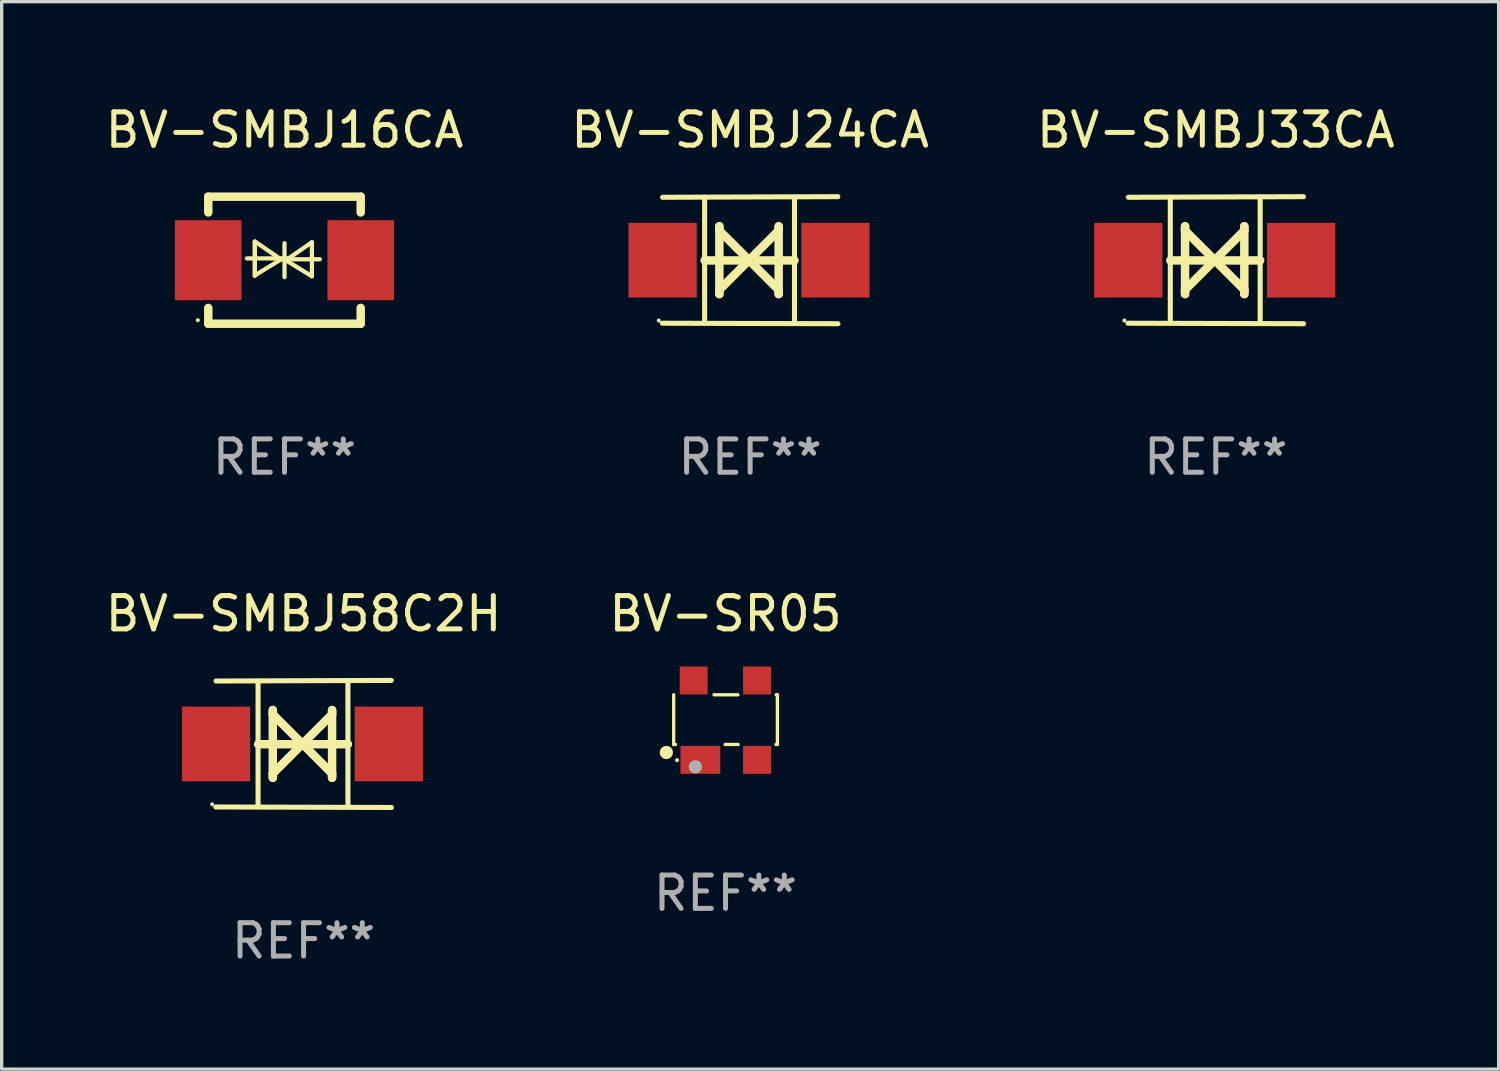
<source format=kicad_pcb>
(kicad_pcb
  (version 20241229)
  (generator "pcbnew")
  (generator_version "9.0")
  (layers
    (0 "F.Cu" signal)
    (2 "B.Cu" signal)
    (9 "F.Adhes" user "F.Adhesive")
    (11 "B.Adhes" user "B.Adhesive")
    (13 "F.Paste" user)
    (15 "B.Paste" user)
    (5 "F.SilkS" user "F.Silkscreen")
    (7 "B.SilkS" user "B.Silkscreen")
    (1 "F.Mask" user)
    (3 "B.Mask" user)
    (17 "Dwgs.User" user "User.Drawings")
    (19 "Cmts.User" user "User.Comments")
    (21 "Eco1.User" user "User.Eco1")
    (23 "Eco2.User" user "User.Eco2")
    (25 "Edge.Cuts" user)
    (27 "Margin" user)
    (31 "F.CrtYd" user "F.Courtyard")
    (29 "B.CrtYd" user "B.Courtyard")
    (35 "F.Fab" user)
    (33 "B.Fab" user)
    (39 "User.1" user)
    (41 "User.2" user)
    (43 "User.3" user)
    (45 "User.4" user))
  (footprint "BV-SR05"
    (layer "F.Cu")
    (at 18.708 18.546)
    (property "Reference" "BV-SR05" (at 0 -3.191 0) (layer "F.SilkS") (effects (font (size 1 1) (thickness 0.15))))
    (attr through_hole)
    (fp_line (start -1.555 0.73) (end -1.555 -0.76) (stroke (width 0.1) (type solid)) (layer "F.SilkS"))
    (fp_line (start -1.5 0.73) (end -1.555 0.73) (stroke (width 0.1) (type solid)) (layer "F.SilkS"))
    (fp_line (start -0.345 -0.76) (end 0.372 -0.76) (stroke (width 0.1) (type solid)) (layer "F.SilkS"))
    (fp_line (start 0.378 0.73) (end -0.01 0.73) (stroke (width 0.1) (type solid)) (layer "F.SilkS"))
    (fp_line (start 1.518 -0.76) (end 1.555 -0.76) (stroke (width 0.1) (type solid)) (layer "F.SilkS"))
    (fp_line (start 1.555 -0.76) (end 1.555 0.73) (stroke (width 0.1) (type solid)) (layer "F.SilkS"))
    (fp_line (start 1.555 0.73) (end 1.512 0.73) (stroke (width 0.1) (type solid)) (layer "F.SilkS"))
    (fp_circle (center -1.775 0.97) (end -1.675 0.97) (stroke (width 0.2) (type solid)) (fill no) (layer "F.SilkS"))
    (fp_circle (center -1.455 1.2) (end -1.425 1.2) (stroke (width 0.06) (type solid)) (fill no) (layer "F.SilkS"))
    (fp_circle (center -0.905 1.4) (end -0.805 1.4) (stroke (width 0.2) (type solid)) (fill no) (layer "F.Fab"))
    (fp_text user "REF**" (at 0 5.191 0) (layer "F.Fab") (effects (font (size 1 1) (thickness 0.15))))
    (pad "1" smd rect (at -0.755 1.191) (size 1.194 0.838) (layers "F.Cu" "F.Mask" "F.Paste"))
    (pad "2" smd rect (at 0.945 1.191) (size 0.838 0.838) (layers "F.Cu" "F.Mask" "F.Paste"))
    (pad "3" smd rect (at 0.945 -1.191) (size 0.838 0.838) (layers "F.Cu" "F.Mask" "F.Paste"))
    (pad "4" smd rect (at -0.955 -1.191) (size 0.838 0.838) (layers "F.Cu" "F.Mask" "F.Paste")))
  (footprint "BV-SMBJ24CA"
    (layer "F.Cu")
    (at 19.446 4.753)
    (property "Reference" "BV-SMBJ24CA" (at 0 -3.905 0) (layer "F.SilkS") (effects (font (size 1 1) (thickness 0.15))))
    (attr through_hole)
    (fp_line (start -1.365 1.886) (end -1.365 -1.886) (stroke (width 0.152) (type solid)) (layer "F.SilkS"))
    (fp_line (start -1.365 0.008) (end 1.33 0.008) (stroke (width 0.254) (type solid)) (layer "F.SilkS"))
    (fp_line (start -0.923 -1.016) (end -0.923 1.016) (stroke (width 0.254) (type solid)) (layer "F.SilkS"))
    (fp_line (start -0.923 -0.889) (end -0.923 -1.016) (stroke (width 0.254) (type solid)) (layer "F.SilkS"))
    (fp_line (start -0.923 0.889) (end -0.034 0) (stroke (width 0.254) (type solid)) (layer "F.SilkS"))
    (fp_line (start -0.923 1.016) (end -0.923 0.889) (stroke (width 0.254) (type solid)) (layer "F.SilkS"))
    (fp_line (start -0.034 0) (end -0.923 -0.889) (stroke (width 0.254) (type solid)) (layer "F.SilkS"))
    (fp_line (start -0.034 0) (end 0.855 0.889) (stroke (width 0.254) (type solid)) (layer "F.SilkS"))
    (fp_line (start 0.855 -1.016) (end 0.855 -0.889) (stroke (width 0.254) (type solid)) (layer "F.SilkS"))
    (fp_line (start 0.855 -0.889) (end -0.034 0) (stroke (width 0.254) (type solid)) (layer "F.SilkS"))
    (fp_line (start 0.855 0.889) (end 0.855 1.016) (stroke (width 0.254) (type solid)) (layer "F.SilkS"))
    (fp_line (start 0.855 1.016) (end 0.855 -1.016) (stroke (width 0.254) (type solid)) (layer "F.SilkS"))
    (fp_line (start 1.33 1.886) (end 1.33 -1.886) (stroke (width 0.152) (type solid)) (layer "F.SilkS"))
    (fp_line (start 2.629 -1.905) (end -2.625 -1.887) (stroke (width 0.152) (type solid)) (layer "F.SilkS"))
    (fp_line (start 2.633 1.905) (end -2.633 1.89) (stroke (width 0.152) (type solid)) (layer "F.SilkS"))
    (fp_circle (center -2.741 1.81) (end -2.711 1.81) (stroke (width 0.06) (type solid)) (fill no) (layer "F.SilkS"))
    (fp_text user "REF**" (at 0 5.905 0) (layer "F.Fab") (effects (font (size 1 1) (thickness 0.15))))
    (pad "1" smd rect (at -2.625 0) (size 2.047 2.241) (layers "F.Cu" "F.Mask" "F.Paste"))
    (pad "2" smd rect (at 2.557 0) (size 2.047 2.241) (layers "F.Cu" "F.Mask" "F.Paste")))
  (footprint "BV-SMBJ58C2H"
    (layer "F.Cu")
    (at 6.054 19.26)
    (property "Reference" "BV-SMBJ58C2H" (at 0 -3.905 0) (layer "F.SilkS") (effects (font (size 1 1) (thickness 0.15))))
    (attr through_hole)
    (fp_line (start -1.365 1.886) (end -1.365 -1.886) (stroke (width 0.152) (type solid)) (layer "F.SilkS"))
    (fp_line (start -1.365 0.008) (end 1.33 0.008) (stroke (width 0.254) (type solid)) (layer "F.SilkS"))
    (fp_line (start -0.923 -1.016) (end -0.923 1.016) (stroke (width 0.254) (type solid)) (layer "F.SilkS"))
    (fp_line (start -0.923 -0.889) (end -0.923 -1.016) (stroke (width 0.254) (type solid)) (layer "F.SilkS"))
    (fp_line (start -0.923 0.889) (end -0.034 0) (stroke (width 0.254) (type solid)) (layer "F.SilkS"))
    (fp_line (start -0.923 1.016) (end -0.923 0.889) (stroke (width 0.254) (type solid)) (layer "F.SilkS"))
    (fp_line (start -0.034 0) (end -0.923 -0.889) (stroke (width 0.254) (type solid)) (layer "F.SilkS"))
    (fp_line (start -0.034 0) (end 0.855 0.889) (stroke (width 0.254) (type solid)) (layer "F.SilkS"))
    (fp_line (start 0.855 -1.016) (end 0.855 -0.889) (stroke (width 0.254) (type solid)) (layer "F.SilkS"))
    (fp_line (start 0.855 -0.889) (end -0.034 0) (stroke (width 0.254) (type solid)) (layer "F.SilkS"))
    (fp_line (start 0.855 0.889) (end 0.855 1.016) (stroke (width 0.254) (type solid)) (layer "F.SilkS"))
    (fp_line (start 0.855 1.016) (end 0.855 -1.016) (stroke (width 0.254) (type solid)) (layer "F.SilkS"))
    (fp_line (start 1.33 1.886) (end 1.33 -1.886) (stroke (width 0.152) (type solid)) (layer "F.SilkS"))
    (fp_line (start 2.629 -1.905) (end -2.625 -1.887) (stroke (width 0.152) (type solid)) (layer "F.SilkS"))
    (fp_line (start 2.633 1.905) (end -2.633 1.89) (stroke (width 0.152) (type solid)) (layer "F.SilkS"))
    (fp_circle (center -2.741 1.81) (end -2.711 1.81) (stroke (width 0.06) (type solid)) (fill no) (layer "F.SilkS"))
    (fp_text user "REF**" (at 0 5.905 0) (layer "F.Fab") (effects (font (size 1 1) (thickness 0.15))))
    (pad "1" smd rect (at -2.625 0) (size 2.047 2.241) (layers "F.Cu" "F.Mask" "F.Paste"))
    (pad "2" smd rect (at 2.557 0) (size 2.047 2.241) (layers "F.Cu" "F.Mask" "F.Paste")))
  (footprint "BV-SMBJ16CA"
    (layer "F.Cu")
    (at 5.482 4.753)
    (property "Reference" "BV-SMBJ16CA" (at 0 -3.905 0) (layer "F.SilkS") (effects (font (size 1 1) (thickness 0.15))))
    (attr through_hole)
    (fp_line (start -2.287 -1.905) (end 2.285 -1.905) (stroke (width 0.254) (type solid)) (layer "F.SilkS"))
    (fp_line (start -2.286 -1.905) (end -2.286 -1.431) (stroke (width 0.254) (type solid)) (layer "F.SilkS"))
    (fp_line (start -2.286 1.431) (end -2.286 1.905) (stroke (width 0.254) (type solid)) (layer "F.SilkS"))
    (fp_line (start -0.89 -0.564) (end -0.107 -0.024) (stroke (width 0.127) (type solid)) (layer "F.SilkS"))
    (fp_line (start -0.89 0.466) (end -0.89 -0.55) (stroke (width 0.127) (type solid)) (layer "F.SilkS"))
    (fp_line (start -0.89 0.466) (end -0.89 -0.55) (stroke (width 0.127) (type solid)) (layer "F.SilkS"))
    (fp_line (start -0.159 -0.028) (end 1.06 -0.028) (stroke (width 0.127) (type solid)) (layer "F.SilkS"))
    (fp_line (start -0.107 -0.024) (end -0.89 0.456) (stroke (width 0.127) (type solid)) (layer "F.SilkS"))
    (fp_line (start -0.000025 -0.508) (end -0.000025 0.508) (stroke (width 0.127) (type solid)) (layer "F.SilkS"))
    (fp_line (start 0.039 0.002) (end 0.822 0.482) (stroke (width 0.127) (type solid)) (layer "F.SilkS"))
    (fp_line (start 0.091 -0.054) (end -1.128 -0.054) (stroke (width 0.127) (type solid)) (layer "F.SilkS"))
    (fp_line (start 0.822 -0.538) (end 0.039 0.002) (stroke (width 0.127) (type solid)) (layer "F.SilkS"))
    (fp_line (start 0.822 -0.538) (end 0.822 0.482) (stroke (width 0.127) (type solid)) (layer "F.SilkS"))
    (fp_line (start 2.285 -1.905) (end 2.285 -1.431) (stroke (width 0.254) (type solid)) (layer "F.SilkS"))
    (fp_line (start 2.285 1.43) (end 2.285 1.905) (stroke (width 0.254) (type solid)) (layer "F.SilkS"))
    (fp_line (start 2.285 1.905) (end -2.286 1.905) (stroke (width 0.254) (type solid)) (layer "F.SilkS"))
    (fp_circle (center -2.6 1.8) (end -2.57 1.8) (stroke (width 0.06) (type solid)) (fill no) (layer "F.SilkS"))
    (fp_text user "REF**" (at 0 5.905 0) (layer "F.Fab") (effects (font (size 1 1) (thickness 0.15))))
    (pad "1" smd rect (at -2.288 0) (size 2 2.4) (layers "F.Cu" "F.Mask" "F.Paste"))
    (pad "2" smd rect (at 2.288 0) (size 2 2.4) (layers "F.Cu" "F.Mask" "F.Paste")))
  (footprint "BV-SMBJ33CA"
    (layer "F.Cu")
    (at 33.411 4.753)
    (property "Reference" "BV-SMBJ33CA" (at 0 -3.905 0) (layer "F.SilkS") (effects (font (size 1 1) (thickness 0.15))))
    (attr through_hole)
    (fp_line (start -1.365 1.886) (end -1.365 -1.886) (stroke (width 0.152) (type solid)) (layer "F.SilkS"))
    (fp_line (start -1.365 0.008) (end 1.33 0.008) (stroke (width 0.254) (type solid)) (layer "F.SilkS"))
    (fp_line (start -0.923 -1.016) (end -0.923 1.016) (stroke (width 0.254) (type solid)) (layer "F.SilkS"))
    (fp_line (start -0.923 -0.889) (end -0.923 -1.016) (stroke (width 0.254) (type solid)) (layer "F.SilkS"))
    (fp_line (start -0.923 0.889) (end -0.034 0) (stroke (width 0.254) (type solid)) (layer "F.SilkS"))
    (fp_line (start -0.923 1.016) (end -0.923 0.889) (stroke (width 0.254) (type solid)) (layer "F.SilkS"))
    (fp_line (start -0.034 0) (end -0.923 -0.889) (stroke (width 0.254) (type solid)) (layer "F.SilkS"))
    (fp_line (start -0.034 0) (end 0.855 0.889) (stroke (width 0.254) (type solid)) (layer "F.SilkS"))
    (fp_line (start 0.855 -1.016) (end 0.855 -0.889) (stroke (width 0.254) (type solid)) (layer "F.SilkS"))
    (fp_line (start 0.855 -0.889) (end -0.034 0) (stroke (width 0.254) (type solid)) (layer "F.SilkS"))
    (fp_line (start 0.855 0.889) (end 0.855 1.016) (stroke (width 0.254) (type solid)) (layer "F.SilkS"))
    (fp_line (start 0.855 1.016) (end 0.855 -1.016) (stroke (width 0.254) (type solid)) (layer "F.SilkS"))
    (fp_line (start 1.33 1.886) (end 1.33 -1.886) (stroke (width 0.152) (type solid)) (layer "F.SilkS"))
    (fp_line (start 2.629 -1.905) (end -2.625 -1.887) (stroke (width 0.152) (type solid)) (layer "F.SilkS"))
    (fp_line (start 2.633 1.905) (end -2.633 1.89) (stroke (width 0.152) (type solid)) (layer "F.SilkS"))
    (fp_circle (center -2.741 1.81) (end -2.711 1.81) (stroke (width 0.06) (type solid)) (fill no) (layer "F.SilkS"))
    (fp_text user "REF**" (at 0 5.905 0) (layer "F.Fab") (effects (font (size 1 1) (thickness 0.15))))
    (pad "1" smd rect (at -2.625 0) (size 2.047 2.241) (layers "F.Cu" "F.Mask" "F.Paste"))
    (pad "2" smd rect (at 2.557 0) (size 2.047 2.241) (layers "F.Cu" "F.Mask" "F.Paste")))
  (gr_rect
    (start -3 -3)
    (end 41.893 29.013)
    (stroke (width 0.1) (type default))
    (fill no)
    (layer "Edge.Cuts")))
</source>
